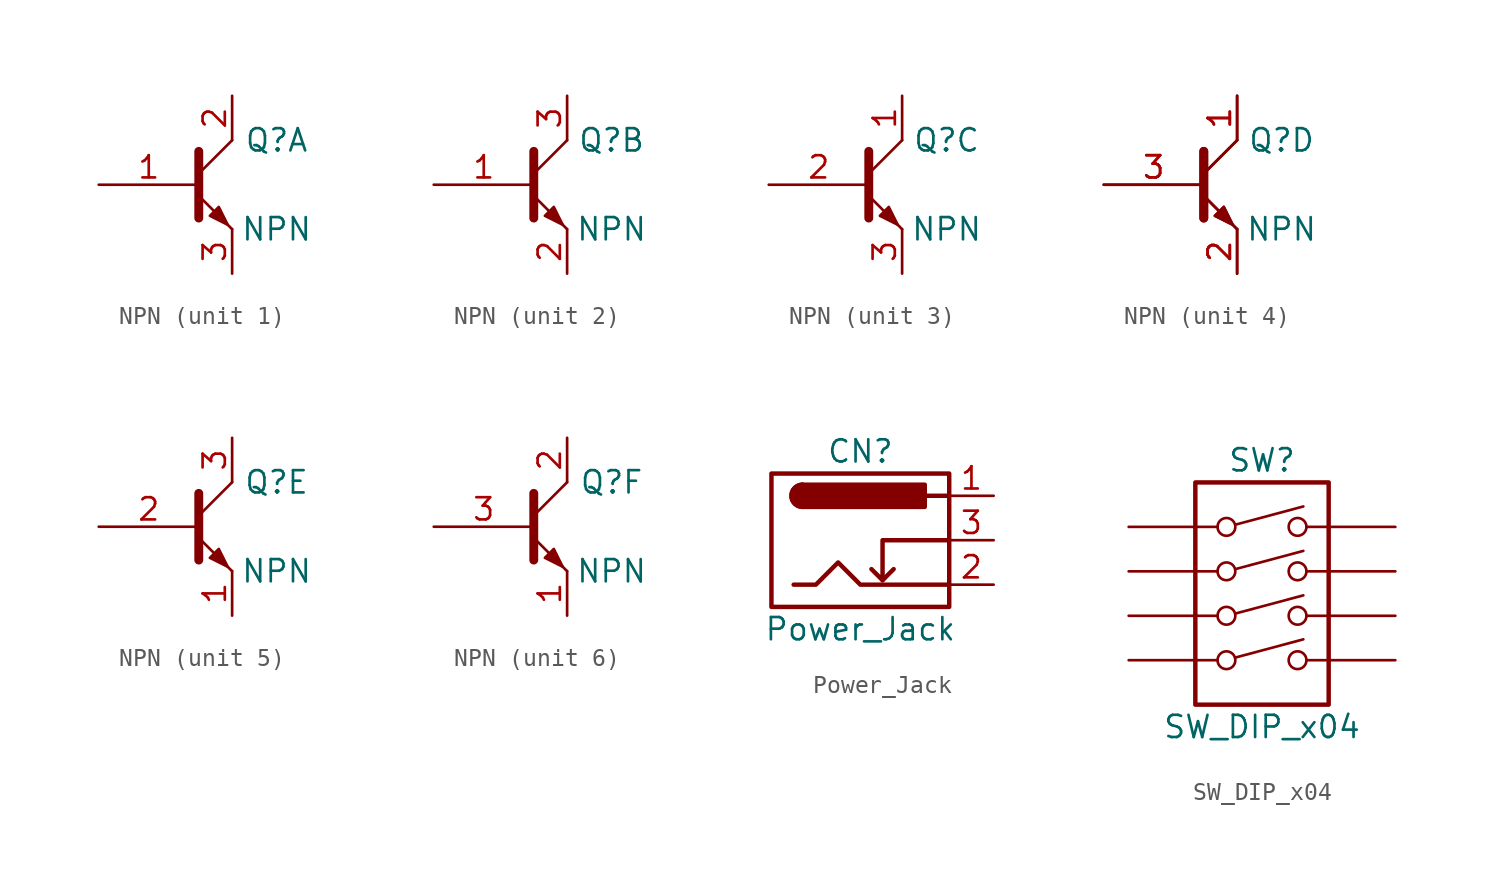
<source format=kicad_sym>
(kicad_symbol_lib
  (version 20211014)
  (generator kicad_symbol_editor)
  (symbol "NPN"
    (pin_names
      (offset 0) hide)
    (property "Reference" "Q"
      (at 5.08 2.54 0)
      (effects (font (size 1.27 1.27))))
    (property "Value" "NPN"
      (at 5.08 -2.54 0)
      (effects (font (size 1.27 1.27))))
    (property "ki_locked" ""
      (at 0 0 0)
      (effects (font (size 1.27 1.27))))
    (symbol "NPN_1_1"
      (polyline (pts (xy 0.635 0.635) (xy 2.54 2.54)) (stroke (width 0) (type default) (color 0 0 0 0)) (fill (type none)))
      (polyline (pts (xy 0.635 -0.635) (xy 2.54 -2.54) (xy 2.54 -2.54)) (stroke (width 0) (type default) (color 0 0 0 0)) (fill (type none)))
      (polyline (pts (xy 0.635 1.905) (xy 0.635 -1.905) (xy 0.635 -1.905)) (stroke (width 0.508) (type default) (color 0 0 0 0)) (fill (type none)))
      (polyline (pts (xy 1.27 -1.778) (xy 1.778 -1.27) (xy 2.286 -2.286) (xy 1.27 -1.778) (xy 1.27 -1.778)) (stroke (width 0) (type default) (color 0 0 0 0)) (fill (type outline)))
      (pin input line (at -5.08 0 0) (length 5.715) (name "B" (effects (font (size 1.27 1.27)))) (number "1" (effects (font (size 1.27 1.27)))))
      (pin passive line (at 2.54 5.08 270) (length 2.54) (name "C" (effects (font (size 1.27 1.27)))) (number "2" (effects (font (size 1.27 1.27)))))
      (pin passive line (at 2.54 -5.08 90) (length 2.54) (name "E" (effects (font (size 1.27 1.27)))) (number "3" (effects (font (size 1.27 1.27))))))
    (symbol "NPN_2_1"
      (polyline (pts (xy 0.635 0.635) (xy 2.54 2.54)) (stroke (width 0) (type default) (color 0 0 0 0)) (fill (type none)))
      (polyline (pts (xy 0.635 -0.635) (xy 2.54 -2.54) (xy 2.54 -2.54)) (stroke (width 0) (type default) (color 0 0 0 0)) (fill (type none)))
      (polyline (pts (xy 0.635 1.905) (xy 0.635 -1.905) (xy 0.635 -1.905)) (stroke (width 0.508) (type default) (color 0 0 0 0)) (fill (type none)))
      (polyline (pts (xy 1.27 -1.778) (xy 1.778 -1.27) (xy 2.286 -2.286) (xy 1.27 -1.778) (xy 1.27 -1.778)) (stroke (width 0) (type default) (color 0 0 0 0)) (fill (type outline)))
      (pin input line (at -5.08 0 0) (length 5.715) (name "B" (effects (font (size 1.27 1.27)))) (number "1" (effects (font (size 1.27 1.27)))))
      (pin passive line (at 2.54 -5.08 90) (length 2.54) (name "E" (effects (font (size 1.27 1.27)))) (number "2" (effects (font (size 1.27 1.27)))))
      (pin passive line (at 2.54 5.08 270) (length 2.54) (name "C" (effects (font (size 1.27 1.27)))) (number "3" (effects (font (size 1.27 1.27))))))
    (symbol "NPN_3_1"
      (polyline (pts (xy 0.635 0.635) (xy 2.54 2.54)) (stroke (width 0) (type default) (color 0 0 0 0)) (fill (type none)))
      (polyline (pts (xy 0.635 -0.635) (xy 2.54 -2.54) (xy 2.54 -2.54)) (stroke (width 0) (type default) (color 0 0 0 0)) (fill (type none)))
      (polyline (pts (xy 0.635 1.905) (xy 0.635 -1.905) (xy 0.635 -1.905)) (stroke (width 0.508) (type default) (color 0 0 0 0)) (fill (type none)))
      (polyline (pts (xy 1.27 -1.778) (xy 1.778 -1.27) (xy 2.286 -2.286) (xy 1.27 -1.778) (xy 1.27 -1.778)) (stroke (width 0) (type default) (color 0 0 0 0)) (fill (type outline)))
      (pin passive line (at 2.54 5.08 270) (length 2.54) (name "C" (effects (font (size 1.27 1.27)))) (number "1" (effects (font (size 1.27 1.27)))))
      (pin input line (at -5.08 0 0) (length 5.715) (name "B" (effects (font (size 1.27 1.27)))) (number "2" (effects (font (size 1.27 1.27)))))
      (pin passive line (at 2.54 -5.08 90) (length 2.54) (name "E" (effects (font (size 1.27 1.27)))) (number "3" (effects (font (size 1.27 1.27))))))
    (symbol "NPN_4_1"
      (polyline (pts (xy 0.635 0.635) (xy 2.54 2.54)) (stroke (width 0) (type default) (color 0 0 0 0)) (fill (type none)))
      (polyline (pts (xy 0.635 0.635) (xy 2.54 2.54)) (stroke (width 0) (type default) (color 0 0 0 0)) (fill (type none)))
      (polyline (pts (xy 0.635 -0.635) (xy 2.54 -2.54) (xy 2.54 -2.54)) (stroke (width 0) (type default) (color 0 0 0 0)) (fill (type none)))
      (polyline (pts (xy 0.635 -0.635) (xy 2.54 -2.54) (xy 2.54 -2.54)) (stroke (width 0) (type default) (color 0 0 0 0)) (fill (type none)))
      (polyline (pts (xy 0.635 1.905) (xy 0.635 -1.905) (xy 0.635 -1.905)) (stroke (width 0.508) (type default) (color 0 0 0 0)) (fill (type none)))
      (polyline (pts (xy 0.635 1.905) (xy 0.635 -1.905) (xy 0.635 -1.905)) (stroke (width 0.508) (type default) (color 0 0 0 0)) (fill (type none)))
      (polyline (pts (xy 1.27 -1.778) (xy 1.778 -1.27) (xy 2.286 -2.286) (xy 1.27 -1.778) (xy 1.27 -1.778)) (stroke (width 0) (type default) (color 0 0 0 0)) (fill (type outline)))
      (polyline (pts (xy 1.27 -1.778) (xy 1.778 -1.27) (xy 2.286 -2.286) (xy 1.27 -1.778) (xy 1.27 -1.778)) (stroke (width 0) (type default) (color 0 0 0 0)) (fill (type outline)))
      (pin passive line (at 2.54 5.08 270) (length 2.54) (name "C" (effects (font (size 1.27 1.27)))) (number "1" (effects (font (size 1.27 1.27)))))
      (pin passive line (at 2.54 5.08 270) (length 2.54) (name "C" (effects (font (size 1.27 1.27)))) (number "1" (effects (font (size 1.27 1.27)))))
      (pin passive line (at 2.54 -5.08 90) (length 2.54) (name "E" (effects (font (size 1.27 1.27)))) (number "2" (effects (font (size 1.27 1.27)))))
      (pin passive line (at 2.54 -5.08 90) (length 2.54) (name "E" (effects (font (size 1.27 1.27)))) (number "2" (effects (font (size 1.27 1.27)))))
      (pin input line (at -5.08 0 0) (length 5.715) (name "B" (effects (font (size 1.27 1.27)))) (number "3" (effects (font (size 1.27 1.27)))))
      (pin input line (at -5.08 0 0) (length 5.715) (name "B" (effects (font (size 1.27 1.27)))) (number "3" (effects (font (size 1.27 1.27))))))
    (symbol "NPN_5_1"
      (polyline (pts (xy 0.635 0.635) (xy 2.54 2.54)) (stroke (width 0) (type default) (color 0 0 0 0)) (fill (type none)))
      (polyline (pts (xy 0.635 -0.635) (xy 2.54 -2.54) (xy 2.54 -2.54)) (stroke (width 0) (type default) (color 0 0 0 0)) (fill (type none)))
      (polyline (pts (xy 0.635 1.905) (xy 0.635 -1.905) (xy 0.635 -1.905)) (stroke (width 0.508) (type default) (color 0 0 0 0)) (fill (type none)))
      (polyline (pts (xy 1.27 -1.778) (xy 1.778 -1.27) (xy 2.286 -2.286) (xy 1.27 -1.778) (xy 1.27 -1.778)) (stroke (width 0) (type default) (color 0 0 0 0)) (fill (type outline)))
      (pin passive line (at 2.54 -5.08 90) (length 2.54) (name "E" (effects (font (size 1.27 1.27)))) (number "1" (effects (font (size 1.27 1.27)))))
      (pin passive line (at -5.08 0 0) (length 5.715) (name "B" (effects (font (size 1.27 1.27)))) (number "2" (effects (font (size 1.27 1.27)))))
      (pin passive line (at 2.54 5.08 270) (length 2.54) (name "C" (effects (font (size 1.27 1.27)))) (number "3" (effects (font (size 1.27 1.27))))))
    (symbol "NPN_6_1"
      (polyline (pts (xy 0.635 0.635) (xy 2.54 2.54)) (stroke (width 0) (type default) (color 0 0 0 0)) (fill (type none)))
      (polyline (pts (xy 0.635 -0.635) (xy 2.54 -2.54) (xy 2.54 -2.54)) (stroke (width 0) (type default) (color 0 0 0 0)) (fill (type none)))
      (polyline (pts (xy 0.635 1.905) (xy 0.635 -1.905) (xy 0.635 -1.905)) (stroke (width 0.508) (type default) (color 0 0 0 0)) (fill (type none)))
      (polyline (pts (xy 1.27 -1.778) (xy 1.778 -1.27) (xy 2.286 -2.286) (xy 1.27 -1.778) (xy 1.27 -1.778)) (stroke (width 0) (type default) (color 0 0 0 0)) (fill (type outline)))
      (pin passive line (at 2.54 -5.08 90) (length 2.54) (name "E" (effects (font (size 1.27 1.27)))) (number "1" (effects (font (size 1.27 1.27)))))
      (pin passive line (at 2.54 5.08 270) (length 2.54) (name "C" (effects (font (size 1.27 1.27)))) (number "2" (effects (font (size 1.27 1.27)))))
      (pin passive line (at -5.08 0 0) (length 5.715) (name "B" (effects (font (size 1.27 1.27)))) (number "3" (effects (font (size 1.27 1.27)))))))
  (symbol "Power_Jack"
    (pin_names
      (offset 1.016))
    (property "Reference" "CN"
      (at 0 5.08 0)
      (effects (font (size 1.27 1.27))))
    (property "Value" "Power_Jack"
      (at 0 -5.08 0)
      (effects (font (size 1.27 1.27))))
    (symbol "Power_Jack_1_1"
      (rectangle (start -5.08 3.81) (end 5.08 -3.81) (stroke (width 0.254) (type default) (color 0 0 0 0)) (fill (type none)))
      (arc (start -3.302 3.175) (mid -3.937 2.54) (end -3.302 1.905) (stroke (width 0.254) (type default) (color 0 0 0 0)) (fill (type none)))
      (arc (start -3.302 3.175) (mid -3.937 2.54) (end -3.302 1.905) (stroke (width 0.254) (type default) (color 0 0 0 0)) (fill (type outline)))
      (polyline (pts (xy 1.27 -2.286) (xy 1.905 -1.651)) (stroke (width 0.254) (type default) (color 0 0 0 0)) (fill (type none)))
      (polyline (pts (xy 5.08 2.54) (xy 3.81 2.54)) (stroke (width 0.254) (type default) (color 0 0 0 0)) (fill (type none)))
      (polyline (pts (xy 5.08 0) (xy 1.27 0) (xy 1.27 -2.286) (xy 0.635 -1.651)) (stroke (width 0.254) (type default) (color 0 0 0 0)) (fill (type none)))
      (polyline (pts (xy -3.81 -2.54) (xy -2.54 -2.54) (xy -1.27 -1.27) (xy 0 -2.54) (xy 2.54 -2.54) (xy 5.08 -2.54)) (stroke (width 0.254) (type default) (color 0 0 0 0)) (fill (type none)))
      (rectangle (start 3.683 3.175) (end -3.302 1.905) (stroke (width 0.254) (type default) (color 0 0 0 0)) (fill (type outline)))
      (pin passive line (at 7.62 2.54 180) (length 2.54) (name "~" (effects (font (size 1.27 1.27)))) (number "1" (effects (font (size 1.27 1.27)))))
      (pin passive line (at 7.62 -2.54 180) (length 2.54) (name "~" (effects (font (size 1.27 1.27)))) (number "2" (effects (font (size 1.27 1.27)))))
      (pin passive line (at 7.62 0 180) (length 2.54) (name "~" (effects (font (size 1.27 1.27)))) (number "3" (effects (font (size 1.27 1.27)))))))
  (symbol "SW_DIP_x04"
    (pin_numbers hide)
    (pin_names
      (offset 0) hide)
    (property "Reference" "SW"
      (at 0 7.62 0)
      (effects (font (size 1.27 1.27))))
    (property "Value" "SW_DIP_x04"
      (at 0 -7.62 0)
      (effects (font (size 1.27 1.27))))
    (symbol "SW_DIP_x04_0_0"
      (circle (center -2.032 -3.81) (radius 0.508) (stroke (width 0) (type default) (color 0 0 0 0)) (fill (type none)))
      (circle (center -2.032 -1.27) (radius 0.508) (stroke (width 0) (type default) (color 0 0 0 0)) (fill (type none)))
      (circle (center -2.032 1.27) (radius 0.508) (stroke (width 0) (type default) (color 0 0 0 0)) (fill (type none)))
      (circle (center -2.032 3.81) (radius 0.508) (stroke (width 0) (type default) (color 0 0 0 0)) (fill (type none)))
      (polyline (pts (xy -1.524 -3.658) (xy 2.362 -2.616)) (stroke (width 0) (type default) (color 0 0 0 0)) (fill (type none)))
      (polyline (pts (xy -1.524 -1.143) (xy 2.362 -0.102)) (stroke (width 0) (type default) (color 0 0 0 0)) (fill (type none)))
      (polyline (pts (xy -1.524 1.397) (xy 2.362 2.438)) (stroke (width 0) (type default) (color 0 0 0 0)) (fill (type none)))
      (polyline (pts (xy -1.524 3.937) (xy 2.362 4.978)) (stroke (width 0) (type default) (color 0 0 0 0)) (fill (type none)))
      (circle (center 2.032 -3.81) (radius 0.508) (stroke (width 0) (type default) (color 0 0 0 0)) (fill (type none)))
      (circle (center 2.032 -1.27) (radius 0.508) (stroke (width 0) (type default) (color 0 0 0 0)) (fill (type none)))
      (circle (center 2.032 1.27) (radius 0.508) (stroke (width 0) (type default) (color 0 0 0 0)) (fill (type none)))
      (circle (center 2.032 3.81) (radius 0.508) (stroke (width 0) (type default) (color 0 0 0 0)) (fill (type none))))
    (symbol "SW_DIP_x04_0_1"
      (rectangle (start -3.81 6.35) (end 3.81 -6.35) (stroke (width 0.254) (type default) (color 0 0 0 0)) (fill (type none))))
    (symbol "SW_DIP_x04_1_1"
      (pin passive line (at -7.62 3.81 0) (length 5.08) (name "~" (effects (font (size 1.27 1.27)))) (number "1" (effects (font (size 1.27 1.27)))))
      (pin passive line (at -7.62 1.27 0) (length 5.08) (name "~" (effects (font (size 1.27 1.27)))) (number "2" (effects (font (size 1.27 1.27)))))
      (pin passive line (at -7.62 -1.27 0) (length 5.08) (name "~" (effects (font (size 1.27 1.27)))) (number "3" (effects (font (size 1.27 1.27)))))
      (pin passive line (at -7.62 -3.81 0) (length 5.08) (name "~" (effects (font (size 1.27 1.27)))) (number "4" (effects (font (size 1.27 1.27)))))
      (pin passive line (at 7.62 -3.81 180) (length 5.08) (name "~" (effects (font (size 1.27 1.27)))) (number "5" (effects (font (size 1.27 1.27)))))
      (pin passive line (at 7.62 -1.27 180) (length 5.08) (name "~" (effects (font (size 1.27 1.27)))) (number "6" (effects (font (size 1.27 1.27)))))
      (pin passive line (at 7.62 1.27 180) (length 5.08) (name "~" (effects (font (size 1.27 1.27)))) (number "7" (effects (font (size 1.27 1.27)))))
      (pin passive line (at 7.62 3.81 180) (length 5.08) (name "~" (effects (font (size 1.27 1.27)))) (number "8" (effects (font (size 1.27 1.27))))))))
</source>
